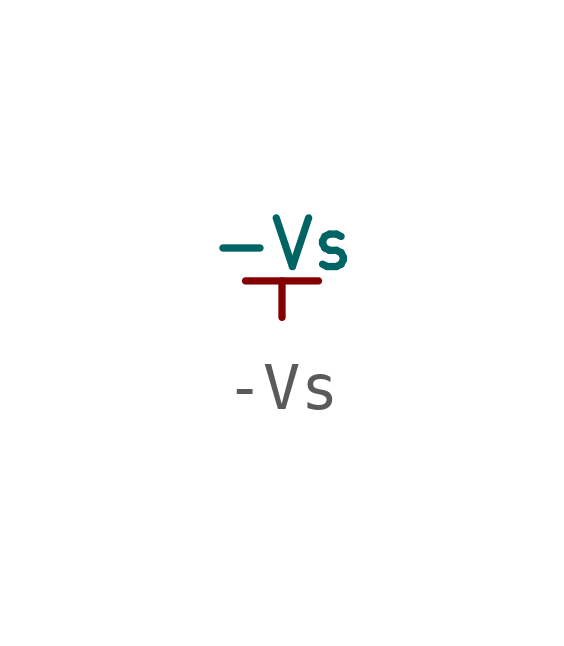
<source format=kicad_sym>
(kicad_symbol_lib
  (version 20211014)
  (generator kicad_symbol_editor)
  (symbol "-Vs"
    (power)
    (pin_numbers hide)
    (pin_names
      (offset 0) hide)
    (property "Reference" "#PWR"
      (at 0.254 0 0)
      (effects (font (size 0.508 0.508)) hide))
    (property "Value" "-Vs"
      (at 0 1.524 0)
      (effects (font (size 1.016 1.016))))
    (symbol "-Vs_0_1"
      (polyline (pts (xy -0.762 0.762) (xy 0.762 0.762)) (stroke (width 0) (type default) (color 0 0 0 0)) (fill (type none)))
      (polyline (pts (xy 0 0) (xy 0 0.762)) (stroke (width 0) (type default) (color 0 0 0 0)) (fill (type none))))
    (symbol "-Vs_1_1"
      (pin power_in line (at 0 0 90) (length 0) hide (name "-Vs" (effects (font (size 1.27 1.27)))) (number "1" (effects (font (size 1.27 1.27))))))))
</source>
